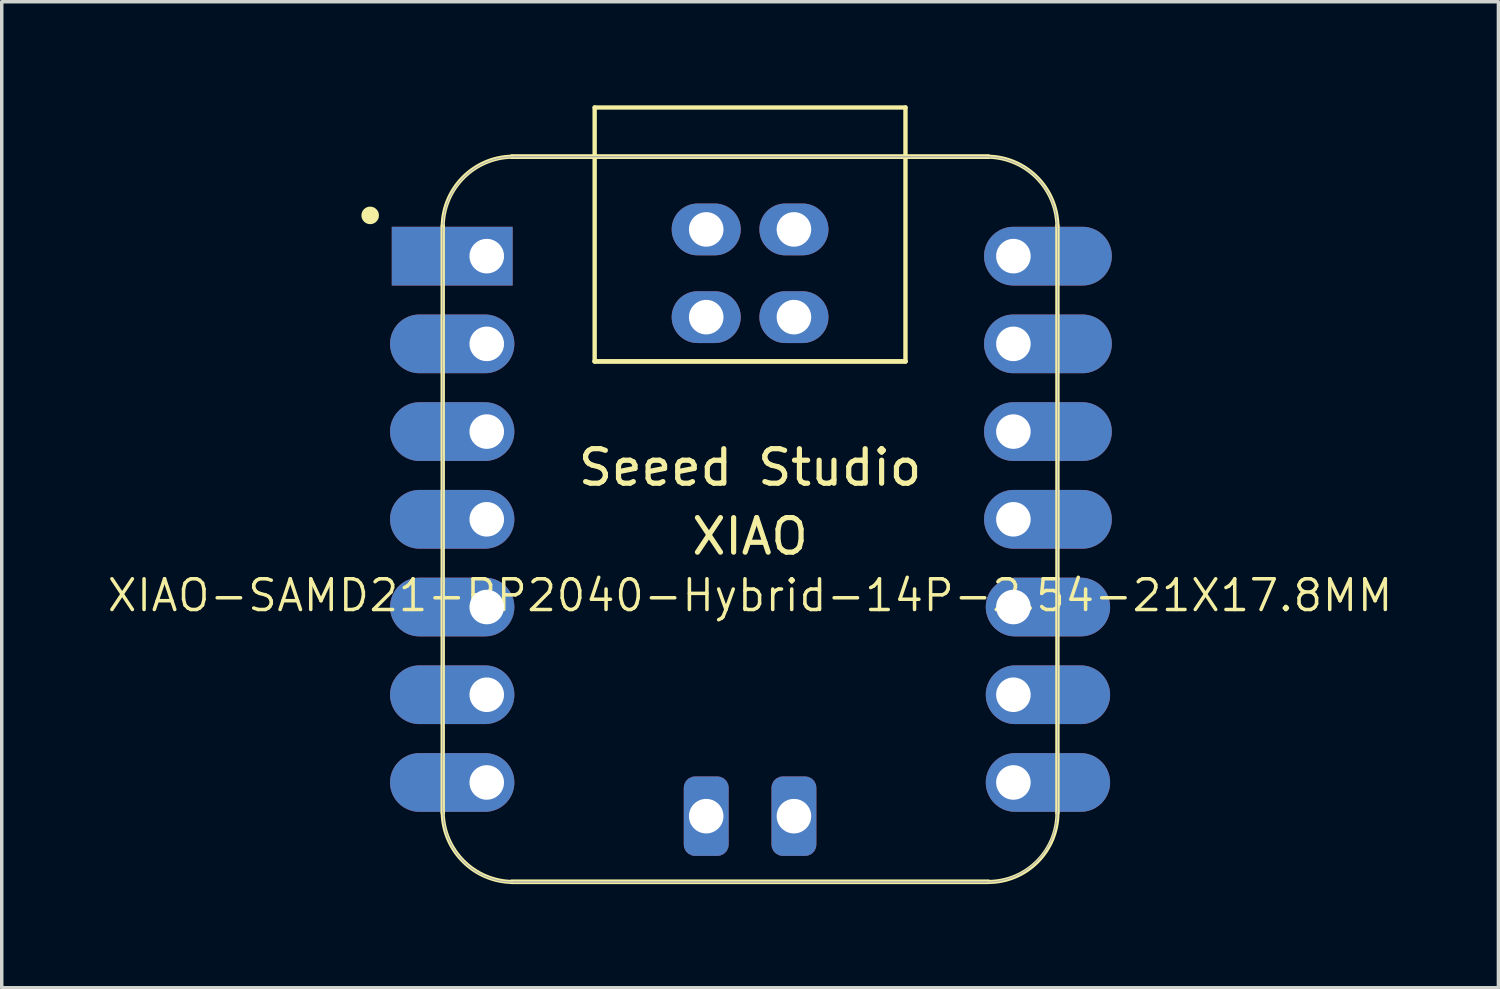
<source format=kicad_pcb>
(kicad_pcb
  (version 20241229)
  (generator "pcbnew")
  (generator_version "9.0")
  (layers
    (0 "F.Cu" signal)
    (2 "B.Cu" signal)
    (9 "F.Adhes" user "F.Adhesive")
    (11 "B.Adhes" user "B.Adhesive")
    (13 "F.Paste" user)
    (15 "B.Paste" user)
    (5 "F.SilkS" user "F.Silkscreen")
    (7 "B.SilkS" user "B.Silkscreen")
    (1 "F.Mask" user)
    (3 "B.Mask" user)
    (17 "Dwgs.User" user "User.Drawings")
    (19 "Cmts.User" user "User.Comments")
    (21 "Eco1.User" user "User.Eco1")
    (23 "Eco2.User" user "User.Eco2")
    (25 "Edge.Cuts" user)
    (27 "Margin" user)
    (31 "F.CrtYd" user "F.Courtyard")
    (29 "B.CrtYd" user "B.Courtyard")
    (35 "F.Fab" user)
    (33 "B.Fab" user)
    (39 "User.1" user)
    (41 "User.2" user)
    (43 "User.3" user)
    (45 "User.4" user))
  (footprint "XIAO-SAMD21-RP2040-Hybrid-14P-2.54-21X17.8MM"
    (layer "F.Cu")
    (at 18.669 11.652)
    (property "Reference" "XIAO-SAMD21-RP2040-Hybrid-14P-2.54-21X17.8MM" (at 0 2.54 0) (layer "F.SilkS") (effects (font (size 0.889 0.889) (thickness 0.102))))
    (attr smd)
    (fp_line (start -8.9 -8.165) (end -8.9 8.835) (stroke (width 0.127) (type solid)) (layer "F.SilkS"))
    (fp_line (start -6.9 10.831) (end 6.9 10.831) (stroke (width 0.127) (type solid)) (layer "F.SilkS"))
    (fp_line (start -6.9 10.835) (end 6.9 10.835) (stroke (width 0.127) (type solid)) (layer "F.SilkS"))
    (fp_line (start -4.5 -11.589) (end 4.5 -11.589) (stroke (width 0.127) (type solid)) (layer "F.SilkS"))
    (fp_line (start -4.5 -4.235) (end -4.5 -11.589) (stroke (width 0.127) (type solid)) (layer "F.SilkS"))
    (fp_line (start 4.5 -11.589) (end 4.5 -4.235) (stroke (width 0.127) (type solid)) (layer "F.SilkS"))
    (fp_line (start 4.5 -4.24) (end -4.5 -4.24) (stroke (width 0.127) (type solid)) (layer "F.SilkS"))
    (fp_line (start 4.5 -4.235) (end -4.5 -4.235) (stroke (width 0.127) (type solid)) (layer "F.SilkS"))
    (fp_line (start 6.9 -10.168) (end -6.9 -10.168) (stroke (width 0.127) (type solid)) (layer "F.SilkS"))
    (fp_line (start 6.9 -10.164) (end -6.9 -10.164) (stroke (width 0.127) (type solid)) (layer "F.SilkS"))
    (fp_line (start 8.9 8.835) (end 8.9 -8.165) (stroke (width 0.127) (type solid)) (layer "F.SilkS"))
    (fp_arc (start -8.9 -8.164594) (mid -8.301491 -9.566085) (end -6.9 -10.164594) (stroke (width 0.12) (type solid)) (layer "F.SilkS"))
    (fp_arc (start -6.9 10.835406) (mid -8.301423 10.236829) (end -8.9 8.835406) (stroke (width 0.12) (type solid)) (layer "F.SilkS"))
    (fp_arc (start 6.9 -10.164594) (mid 8.301492 -9.566088) (end 8.9 -8.164594) (stroke (width 0.12) (type solid)) (layer "F.SilkS"))
    (fp_arc (start 8.9 8.835406) (mid 8.314215 10.249622) (end 6.9 10.835406) (stroke (width 0.12) (type solid)) (layer "F.SilkS"))
    (fp_circle (center -11 -8.465) (end -11 -8.719) (stroke (width 0) (type solid)) (fill yes) (layer "F.SilkS"))
    (fp_poly (pts (xy -8.888 -8.226) (xy -8.885 -8.275) (xy -8.881 -8.324)) (stroke (width 0.025) (type solid)) (fill no) (layer "F.SilkS"))
    (fp_poly (pts (xy 8.889 8.857) (xy 8.888 8.906) (xy 8.885 8.955) (xy 8.881 9.004) (xy 8.875 9.053) (xy 8.869 9.102) (xy 8.861 9.15) (xy 8.852 9.198) (xy 8.842 9.246)) (stroke (width 0.025) (type solid)) (fill no) (layer "F.SilkS"))
    (fp_line (start -8.9 -8.128) (end -8.9 8.808) (stroke (width 0.025) (type solid)) (layer "F.Fab"))
    (fp_line (start -8.89 8.808) (end -8.889 8.857) (stroke (width 0.025) (type solid)) (layer "F.Fab"))
    (fp_line (start -8.889 8.857) (end -8.888 8.906) (stroke (width 0.025) (type solid)) (layer "F.Fab"))
    (fp_line (start -8.888 -8.226) (end -8.889 -8.177) (stroke (width 0.025) (type solid)) (layer "F.Fab"))
    (fp_line (start -8.888 8.906) (end -8.885 8.955) (stroke (width 0.025) (type solid)) (layer "F.Fab"))
    (fp_line (start -8.885 -8.275) (end -8.888 -8.226) (stroke (width 0.025) (type solid)) (layer "F.Fab"))
    (fp_line (start -8.885 8.955) (end -8.881 9.004) (stroke (width 0.025) (type solid)) (layer "F.Fab"))
    (fp_line (start -8.881 -8.324) (end -8.885 -8.275) (stroke (width 0.025) (type solid)) (layer "F.Fab"))
    (fp_line (start -8.881 9.004) (end -8.875 9.053) (stroke (width 0.025) (type solid)) (layer "F.Fab"))
    (fp_line (start -8.875 -8.373) (end -8.881 -8.324) (stroke (width 0.025) (type solid)) (layer "F.Fab"))
    (fp_line (start -8.875 9.053) (end -8.869 9.102) (stroke (width 0.025) (type solid)) (layer "F.Fab"))
    (fp_line (start -8.869 -8.422) (end -8.875 -8.373) (stroke (width 0.025) (type solid)) (layer "F.Fab"))
    (fp_line (start -8.869 9.102) (end -8.861 9.15) (stroke (width 0.025) (type solid)) (layer "F.Fab"))
    (fp_line (start -8.861 -8.47) (end -8.869 -8.422) (stroke (width 0.025) (type solid)) (layer "F.Fab"))
    (fp_line (start -8.861 9.15) (end -8.852 9.198) (stroke (width 0.025) (type solid)) (layer "F.Fab"))
    (fp_line (start -8.852 -8.518) (end -8.861 -8.47) (stroke (width 0.025) (type solid)) (layer "F.Fab"))
    (fp_line (start -8.852 9.198) (end -8.842 9.246) (stroke (width 0.025) (type solid)) (layer "F.Fab"))
    (fp_line (start -8.842 -8.566) (end -8.852 -8.518) (stroke (width 0.025) (type solid)) (layer "F.Fab"))
    (fp_line (start -8.842 9.246) (end -8.831 9.294) (stroke (width 0.025) (type solid)) (layer "F.Fab"))
    (fp_line (start -8.831 -8.614) (end -8.842 -8.566) (stroke (width 0.025) (type solid)) (layer "F.Fab"))
    (fp_line (start -8.831 9.294) (end -8.819 9.342) (stroke (width 0.025) (type solid)) (layer "F.Fab"))
    (fp_line (start -8.819 -8.662) (end -8.831 -8.614) (stroke (width 0.025) (type solid)) (layer "F.Fab"))
    (fp_line (start -8.819 9.342) (end -8.805 9.389) (stroke (width 0.025) (type solid)) (layer "F.Fab"))
    (fp_line (start -8.805 -8.709) (end -8.819 -8.662) (stroke (width 0.025) (type solid)) (layer "F.Fab"))
    (fp_line (start -8.805 9.389) (end -8.79 9.436) (stroke (width 0.025) (type solid)) (layer "F.Fab"))
    (fp_line (start -8.79 -8.756) (end -8.805 -8.709) (stroke (width 0.025) (type solid)) (layer "F.Fab"))
    (fp_line (start -8.79 9.436) (end -8.775 9.482) (stroke (width 0.025) (type solid)) (layer "F.Fab"))
    (fp_line (start -8.775 -8.802) (end -8.79 -8.756) (stroke (width 0.025) (type solid)) (layer "F.Fab"))
    (fp_line (start -8.775 9.482) (end -8.758 9.529) (stroke (width 0.025) (type solid)) (layer "F.Fab"))
    (fp_line (start -8.758 -8.849) (end -8.775 -8.802) (stroke (width 0.025) (type solid)) (layer "F.Fab"))
    (fp_line (start -8.758 9.529) (end -8.74 9.574) (stroke (width 0.025) (type solid)) (layer "F.Fab"))
    (fp_line (start -8.74 -8.894) (end -8.758 -8.849) (stroke (width 0.025) (type solid)) (layer "F.Fab"))
    (fp_line (start -8.74 9.574) (end -8.721 9.619) (stroke (width 0.025) (type solid)) (layer "F.Fab"))
    (fp_line (start -8.721 -8.94) (end -8.74 -8.894) (stroke (width 0.025) (type solid)) (layer "F.Fab"))
    (fp_line (start -8.721 9.619) (end -8.701 9.664) (stroke (width 0.025) (type solid)) (layer "F.Fab"))
    (fp_line (start -8.701 -8.984) (end -8.721 -8.94) (stroke (width 0.025) (type solid)) (layer "F.Fab"))
    (fp_line (start -8.701 9.664) (end -8.679 9.709) (stroke (width 0.025) (type solid)) (layer "F.Fab"))
    (fp_line (start -8.679 -9.029) (end -8.701 -8.984) (stroke (width 0.025) (type solid)) (layer "F.Fab"))
    (fp_line (start -8.679 9.709) (end -8.657 9.752) (stroke (width 0.025) (type solid)) (layer "F.Fab"))
    (fp_line (start -8.657 -9.072) (end -8.679 -9.029) (stroke (width 0.025) (type solid)) (layer "F.Fab"))
    (fp_line (start -8.657 9.752) (end -8.634 9.796) (stroke (width 0.025) (type solid)) (layer "F.Fab"))
    (fp_line (start -8.634 -9.116) (end -8.657 -9.072) (stroke (width 0.025) (type solid)) (layer "F.Fab"))
    (fp_line (start -8.634 9.796) (end -8.61 9.838) (stroke (width 0.025) (type solid)) (layer "F.Fab"))
    (fp_line (start -8.61 -9.158) (end -8.634 -9.116) (stroke (width 0.025) (type solid)) (layer "F.Fab"))
    (fp_line (start -8.61 9.838) (end -8.584 9.88) (stroke (width 0.025) (type solid)) (layer "F.Fab"))
    (fp_line (start -8.584 -9.2) (end -8.61 -9.158) (stroke (width 0.025) (type solid)) (layer "F.Fab"))
    (fp_line (start -8.584 9.88) (end -8.558 9.921) (stroke (width 0.025) (type solid)) (layer "F.Fab"))
    (fp_line (start -8.558 -9.242) (end -8.584 -9.2) (stroke (width 0.025) (type solid)) (layer "F.Fab"))
    (fp_line (start -8.558 9.921) (end -8.53 9.962) (stroke (width 0.025) (type solid)) (layer "F.Fab"))
    (fp_line (start -8.53 -9.282) (end -8.558 -9.242) (stroke (width 0.025) (type solid)) (layer "F.Fab"))
    (fp_line (start -8.53 9.962) (end -8.502 10.002) (stroke (width 0.025) (type solid)) (layer "F.Fab"))
    (fp_line (start -8.502 -9.322) (end -8.53 -9.282) (stroke (width 0.025) (type solid)) (layer "F.Fab"))
    (fp_line (start -8.502 10.002) (end -8.473 10.042) (stroke (width 0.025) (type solid)) (layer "F.Fab"))
    (fp_line (start -8.473 -9.362) (end -8.502 -9.322) (stroke (width 0.025) (type solid)) (layer "F.Fab"))
    (fp_line (start -8.473 10.042) (end -8.442 10.08) (stroke (width 0.025) (type solid)) (layer "F.Fab"))
    (fp_line (start -8.442 -9.4) (end -8.473 -9.362) (stroke (width 0.025) (type solid)) (layer "F.Fab"))
    (fp_line (start -8.442 10.08) (end -8.411 10.118) (stroke (width 0.025) (type solid)) (layer "F.Fab"))
    (fp_line (start -8.411 -9.438) (end -8.442 -9.4) (stroke (width 0.025) (type solid)) (layer "F.Fab"))
    (fp_line (start -8.411 10.118) (end -8.379 10.155) (stroke (width 0.025) (type solid)) (layer "F.Fab"))
    (fp_line (start -8.379 -9.475) (end -8.411 -9.438) (stroke (width 0.025) (type solid)) (layer "F.Fab"))
    (fp_line (start -8.379 10.155) (end -8.346 10.192) (stroke (width 0.025) (type solid)) (layer "F.Fab"))
    (fp_line (start -8.346 -9.512) (end -8.379 -9.475) (stroke (width 0.025) (type solid)) (layer "F.Fab"))
    (fp_line (start -8.346 10.192) (end -8.312 10.227) (stroke (width 0.025) (type solid)) (layer "F.Fab"))
    (fp_line (start -8.312 -9.547) (end -8.346 -9.512) (stroke (width 0.025) (type solid)) (layer "F.Fab"))
    (fp_line (start -8.312 10.227) (end -8.277 10.262) (stroke (width 0.025) (type solid)) (layer "F.Fab"))
    (fp_line (start -8.277 -9.582) (end -8.312 -9.547) (stroke (width 0.025) (type solid)) (layer "F.Fab"))
    (fp_line (start -8.277 10.262) (end -8.242 10.296) (stroke (width 0.025) (type solid)) (layer "F.Fab"))
    (fp_line (start -8.242 -9.616) (end -8.277 -9.582) (stroke (width 0.025) (type solid)) (layer "F.Fab"))
    (fp_line (start -8.242 10.296) (end -8.205 10.329) (stroke (width 0.025) (type solid)) (layer "F.Fab"))
    (fp_line (start -8.205 -9.649) (end -8.242 -9.616) (stroke (width 0.025) (type solid)) (layer "F.Fab"))
    (fp_line (start -8.205 10.329) (end -8.168 10.361) (stroke (width 0.025) (type solid)) (layer "F.Fab"))
    (fp_line (start -8.168 -9.681) (end -8.205 -9.649) (stroke (width 0.025) (type solid)) (layer "F.Fab"))
    (fp_line (start -8.168 10.361) (end -8.13 10.392) (stroke (width 0.025) (type solid)) (layer "F.Fab"))
    (fp_line (start -8.13 -9.712) (end -8.168 -9.681) (stroke (width 0.025) (type solid)) (layer "F.Fab"))
    (fp_line (start -8.13 10.392) (end -8.092 10.423) (stroke (width 0.025) (type solid)) (layer "F.Fab"))
    (fp_line (start -8.092 -9.743) (end -8.13 -9.712) (stroke (width 0.025) (type solid)) (layer "F.Fab"))
    (fp_line (start -8.092 10.423) (end -8.052 10.452) (stroke (width 0.025) (type solid)) (layer "F.Fab"))
    (fp_line (start -8.052 -9.772) (end -8.092 -9.743) (stroke (width 0.025) (type solid)) (layer "F.Fab"))
    (fp_line (start -8.052 10.452) (end -8.012 10.48) (stroke (width 0.025) (type solid)) (layer "F.Fab"))
    (fp_line (start -8.012 -9.8) (end -8.052 -9.772) (stroke (width 0.025) (type solid)) (layer "F.Fab"))
    (fp_line (start -8.012 10.48) (end -7.972 10.508) (stroke (width 0.025) (type solid)) (layer "F.Fab"))
    (fp_line (start -7.972 -9.828) (end -8.012 -9.8) (stroke (width 0.025) (type solid)) (layer "F.Fab"))
    (fp_line (start -7.972 10.508) (end -7.93 10.534) (stroke (width 0.025) (type solid)) (layer "F.Fab"))
    (fp_line (start -7.93 -9.854) (end -7.972 -9.828) (stroke (width 0.025) (type solid)) (layer "F.Fab"))
    (fp_line (start -7.93 10.534) (end -7.888 10.56) (stroke (width 0.025) (type solid)) (layer "F.Fab"))
    (fp_line (start -7.888 -9.88) (end -7.93 -9.854) (stroke (width 0.025) (type solid)) (layer "F.Fab"))
    (fp_line (start -7.888 10.56) (end -7.846 10.584) (stroke (width 0.025) (type solid)) (layer "F.Fab"))
    (fp_line (start -7.846 -9.904) (end -7.888 -9.88) (stroke (width 0.025) (type solid)) (layer "F.Fab"))
    (fp_line (start -7.846 10.584) (end -7.802 10.607) (stroke (width 0.025) (type solid)) (layer "F.Fab"))
    (fp_line (start -7.802 -9.927) (end -7.846 -9.904) (stroke (width 0.025) (type solid)) (layer "F.Fab"))
    (fp_line (start -7.802 10.607) (end -7.759 10.629) (stroke (width 0.025) (type solid)) (layer "F.Fab"))
    (fp_line (start -7.759 -9.949) (end -7.802 -9.927) (stroke (width 0.025) (type solid)) (layer "F.Fab"))
    (fp_line (start -7.759 10.629) (end -7.714 10.651) (stroke (width 0.025) (type solid)) (layer "F.Fab"))
    (fp_line (start -7.714 -9.971) (end -7.759 -9.949) (stroke (width 0.025) (type solid)) (layer "F.Fab"))
    (fp_line (start -7.714 10.651) (end -7.67 10.671) (stroke (width 0.025) (type solid)) (layer "F.Fab"))
    (fp_line (start -7.67 -9.991) (end -7.714 -9.971) (stroke (width 0.025) (type solid)) (layer "F.Fab"))
    (fp_line (start -7.67 10.671) (end -7.624 10.69) (stroke (width 0.025) (type solid)) (layer "F.Fab"))
    (fp_line (start -7.624 -10.01) (end -7.67 -9.991) (stroke (width 0.025) (type solid)) (layer "F.Fab"))
    (fp_line (start -7.624 10.69) (end -7.579 10.708) (stroke (width 0.025) (type solid)) (layer "F.Fab"))
    (fp_line (start -7.579 -10.028) (end -7.624 -10.01) (stroke (width 0.025) (type solid)) (layer "F.Fab"))
    (fp_line (start -7.579 10.708) (end -7.532 10.725) (stroke (width 0.025) (type solid)) (layer "F.Fab"))
    (fp_line (start -7.532 -10.045) (end -7.579 -10.028) (stroke (width 0.025) (type solid)) (layer "F.Fab"))
    (fp_line (start -7.532 10.725) (end -7.486 10.74) (stroke (width 0.025) (type solid)) (layer "F.Fab"))
    (fp_line (start -7.486 -10.06) (end -7.532 -10.045) (stroke (width 0.025) (type solid)) (layer "F.Fab"))
    (fp_line (start -7.486 10.74) (end -7.439 10.755) (stroke (width 0.025) (type solid)) (layer "F.Fab"))
    (fp_line (start -7.439 -10.075) (end -7.486 -10.06) (stroke (width 0.025) (type solid)) (layer "F.Fab"))
    (fp_line (start -7.439 10.755) (end -7.392 10.769) (stroke (width 0.025) (type solid)) (layer "F.Fab"))
    (fp_line (start -7.392 -10.089) (end -7.439 -10.075) (stroke (width 0.025) (type solid)) (layer "F.Fab"))
    (fp_line (start -7.392 10.769) (end -7.344 10.781) (stroke (width 0.025) (type solid)) (layer "F.Fab"))
    (fp_line (start -7.344 -10.101) (end -7.392 -10.089) (stroke (width 0.025) (type solid)) (layer "F.Fab"))
    (fp_line (start -7.344 10.781) (end -7.296 10.792) (stroke (width 0.025) (type solid)) (layer "F.Fab"))
    (fp_line (start -7.296 -10.112) (end -7.344 -10.101) (stroke (width 0.025) (type solid)) (layer "F.Fab"))
    (fp_line (start -7.296 10.792) (end -7.248 10.802) (stroke (width 0.025) (type solid)) (layer "F.Fab"))
    (fp_line (start -7.248 -10.122) (end -7.296 -10.112) (stroke (width 0.025) (type solid)) (layer "F.Fab"))
    (fp_line (start -7.248 10.802) (end -7.2 10.811) (stroke (width 0.025) (type solid)) (layer "F.Fab"))
    (fp_line (start -7.2 -10.131) (end -7.248 -10.122) (stroke (width 0.025) (type solid)) (layer "F.Fab"))
    (fp_line (start -7.2 10.811) (end -7.152 10.819) (stroke (width 0.025) (type solid)) (layer "F.Fab"))
    (fp_line (start -7.152 -10.139) (end -7.2 -10.131) (stroke (width 0.025) (type solid)) (layer "F.Fab"))
    (fp_line (start -7.152 10.819) (end -7.103 10.825) (stroke (width 0.025) (type solid)) (layer "F.Fab"))
    (fp_line (start -7.103 -10.145) (end -7.152 -10.139) (stroke (width 0.025) (type solid)) (layer "F.Fab"))
    (fp_line (start -7.103 10.825) (end -7.054 10.831) (stroke (width 0.025) (type solid)) (layer "F.Fab"))
    (fp_line (start -7.054 -10.151) (end -7.103 -10.145) (stroke (width 0.025) (type solid)) (layer "F.Fab"))
    (fp_line (start -7.054 10.831) (end -7.005 10.835) (stroke (width 0.025) (type solid)) (layer "F.Fab"))
    (fp_line (start -7.005 -10.155) (end -7.054 -10.151) (stroke (width 0.025) (type solid)) (layer "F.Fab"))
    (fp_line (start -7.005 10.835) (end -6.956 10.838) (stroke (width 0.025) (type solid)) (layer "F.Fab"))
    (fp_line (start -6.956 -10.158) (end -7.005 -10.155) (stroke (width 0.025) (type solid)) (layer "F.Fab"))
    (fp_line (start -6.956 10.838) (end -6.907 10.839) (stroke (width 0.025) (type solid)) (layer "F.Fab"))
    (fp_line (start -6.907 -10.159) (end -6.956 -10.158) (stroke (width 0.025) (type solid)) (layer "F.Fab"))
    (fp_line (start -6.907 10.839) (end -6.858 10.84) (stroke (width 0.025) (type solid)) (layer "F.Fab"))
    (fp_line (start -6.858 -10.16) (end -6.907 -10.159) (stroke (width 0.025) (type solid)) (layer "F.Fab"))
    (fp_line (start -6.858 10.835) (end 6.858 10.835) (stroke (width 0.025) (type solid)) (layer "F.Fab"))
    (fp_line (start -6.858 10.84) (end 6.858 10.84) (stroke (width 0.025) (type solid)) (layer "F.Fab"))
    (fp_line (start 6.858 -10.165) (end -6.858 -10.165) (stroke (width 0.025) (type solid)) (layer "F.Fab"))
    (fp_line (start 6.858 -10.16) (end -6.858 -10.16) (stroke (width 0.025) (type solid)) (layer "F.Fab"))
    (fp_line (start 6.858 10.84) (end 6.907 10.839) (stroke (width 0.025) (type solid)) (layer "F.Fab"))
    (fp_line (start 6.907 -10.159) (end 6.858 -10.16) (stroke (width 0.025) (type solid)) (layer "F.Fab"))
    (fp_line (start 6.907 10.839) (end 6.956 10.838) (stroke (width 0.025) (type solid)) (layer "F.Fab"))
    (fp_line (start 6.956 -10.158) (end 6.907 -10.159) (stroke (width 0.025) (type solid)) (layer "F.Fab"))
    (fp_line (start 6.956 10.838) (end 7.005 10.835) (stroke (width 0.025) (type solid)) (layer "F.Fab"))
    (fp_line (start 7.005 -10.155) (end 6.956 -10.158) (stroke (width 0.025) (type solid)) (layer "F.Fab"))
    (fp_line (start 7.005 10.835) (end 7.054 10.831) (stroke (width 0.025) (type solid)) (layer "F.Fab"))
    (fp_line (start 7.054 -10.151) (end 7.005 -10.155) (stroke (width 0.025) (type solid)) (layer "F.Fab"))
    (fp_line (start 7.054 10.831) (end 7.103 10.825) (stroke (width 0.025) (type solid)) (layer "F.Fab"))
    (fp_line (start 7.103 -10.145) (end 7.054 -10.151) (stroke (width 0.025) (type solid)) (layer "F.Fab"))
    (fp_line (start 7.103 10.825) (end 7.152 10.819) (stroke (width 0.025) (type solid)) (layer "F.Fab"))
    (fp_line (start 7.152 -10.139) (end 7.103 -10.145) (stroke (width 0.025) (type solid)) (layer "F.Fab"))
    (fp_line (start 7.152 10.819) (end 7.2 10.811) (stroke (width 0.025) (type solid)) (layer "F.Fab"))
    (fp_line (start 7.2 -10.131) (end 7.152 -10.139) (stroke (width 0.025) (type solid)) (layer "F.Fab"))
    (fp_line (start 7.2 10.811) (end 7.248 10.802) (stroke (width 0.025) (type solid)) (layer "F.Fab"))
    (fp_line (start 7.248 -10.122) (end 7.2 -10.131) (stroke (width 0.025) (type solid)) (layer "F.Fab"))
    (fp_line (start 7.248 10.802) (end 7.296 10.792) (stroke (width 0.025) (type solid)) (layer "F.Fab"))
    (fp_line (start 7.296 -10.112) (end 7.248 -10.122) (stroke (width 0.025) (type solid)) (layer "F.Fab"))
    (fp_line (start 7.296 10.792) (end 7.344 10.781) (stroke (width 0.025) (type solid)) (layer "F.Fab"))
    (fp_line (start 7.344 -10.101) (end 7.296 -10.112) (stroke (width 0.025) (type solid)) (layer "F.Fab"))
    (fp_line (start 7.344 10.781) (end 7.392 10.769) (stroke (width 0.025) (type solid)) (layer "F.Fab"))
    (fp_line (start 7.392 -10.089) (end 7.344 -10.101) (stroke (width 0.025) (type solid)) (layer "F.Fab"))
    (fp_line (start 7.392 10.769) (end 7.439 10.755) (stroke (width 0.025) (type solid)) (layer "F.Fab"))
    (fp_line (start 7.439 -10.075) (end 7.392 -10.089) (stroke (width 0.025) (type solid)) (layer "F.Fab"))
    (fp_line (start 7.439 10.755) (end 7.486 10.74) (stroke (width 0.025) (type solid)) (layer "F.Fab"))
    (fp_line (start 7.486 -10.06) (end 7.439 -10.075) (stroke (width 0.025) (type solid)) (layer "F.Fab"))
    (fp_line (start 7.486 10.74) (end 7.532 10.725) (stroke (width 0.025) (type solid)) (layer "F.Fab"))
    (fp_line (start 7.532 -10.045) (end 7.486 -10.06) (stroke (width 0.025) (type solid)) (layer "F.Fab"))
    (fp_line (start 7.532 10.725) (end 7.579 10.708) (stroke (width 0.025) (type solid)) (layer "F.Fab"))
    (fp_line (start 7.579 -10.028) (end 7.532 -10.045) (stroke (width 0.025) (type solid)) (layer "F.Fab"))
    (fp_line (start 7.579 10.708) (end 7.624 10.69) (stroke (width 0.025) (type solid)) (layer "F.Fab"))
    (fp_line (start 7.624 -10.01) (end 7.579 -10.028) (stroke (width 0.025) (type solid)) (layer "F.Fab"))
    (fp_line (start 7.624 10.69) (end 7.67 10.671) (stroke (width 0.025) (type solid)) (layer "F.Fab"))
    (fp_line (start 7.67 -9.991) (end 7.624 -10.01) (stroke (width 0.025) (type solid)) (layer "F.Fab"))
    (fp_line (start 7.67 10.671) (end 7.714 10.651) (stroke (width 0.025) (type solid)) (layer "F.Fab"))
    (fp_line (start 7.714 -9.971) (end 7.67 -9.991) (stroke (width 0.025) (type solid)) (layer "F.Fab"))
    (fp_line (start 7.714 10.651) (end 7.759 10.629) (stroke (width 0.025) (type solid)) (layer "F.Fab"))
    (fp_line (start 7.759 -9.949) (end 7.714 -9.971) (stroke (width 0.025) (type solid)) (layer "F.Fab"))
    (fp_line (start 7.759 10.629) (end 7.802 10.607) (stroke (width 0.025) (type solid)) (layer "F.Fab"))
    (fp_line (start 7.802 -9.927) (end 7.759 -9.949) (stroke (width 0.025) (type solid)) (layer "F.Fab"))
    (fp_line (start 7.802 10.607) (end 7.846 10.584) (stroke (width 0.025) (type solid)) (layer "F.Fab"))
    (fp_line (start 7.846 -9.904) (end 7.802 -9.927) (stroke (width 0.025) (type solid)) (layer "F.Fab"))
    (fp_line (start 7.846 10.584) (end 7.888 10.56) (stroke (width 0.025) (type solid)) (layer "F.Fab"))
    (fp_line (start 7.888 -9.88) (end 7.846 -9.904) (stroke (width 0.025) (type solid)) (layer "F.Fab"))
    (fp_line (start 7.888 10.56) (end 7.93 10.534) (stroke (width 0.025) (type solid)) (layer "F.Fab"))
    (fp_line (start 7.93 -9.854) (end 7.888 -9.88) (stroke (width 0.025) (type solid)) (layer "F.Fab"))
    (fp_line (start 7.93 10.534) (end 7.972 10.508) (stroke (width 0.025) (type solid)) (layer "F.Fab"))
    (fp_line (start 7.972 -9.828) (end 7.93 -9.854) (stroke (width 0.025) (type solid)) (layer "F.Fab"))
    (fp_line (start 7.972 10.508) (end 8.012 10.48) (stroke (width 0.025) (type solid)) (layer "F.Fab"))
    (fp_line (start 8.012 -9.8) (end 7.972 -9.828) (stroke (width 0.025) (type solid)) (layer "F.Fab"))
    (fp_line (start 8.012 10.48) (end 8.052 10.452) (stroke (width 0.025) (type solid)) (layer "F.Fab"))
    (fp_line (start 8.052 -9.772) (end 8.012 -9.8) (stroke (width 0.025) (type solid)) (layer "F.Fab"))
    (fp_line (start 8.052 10.452) (end 8.092 10.423) (stroke (width 0.025) (type solid)) (layer "F.Fab"))
    (fp_line (start 8.092 -9.743) (end 8.052 -9.772) (stroke (width 0.025) (type solid)) (layer "F.Fab"))
    (fp_line (start 8.092 10.423) (end 8.13 10.392) (stroke (width 0.025) (type solid)) (layer "F.Fab"))
    (fp_line (start 8.13 -9.712) (end 8.092 -9.743) (stroke (width 0.025) (type solid)) (layer "F.Fab"))
    (fp_line (start 8.13 10.392) (end 8.168 10.361) (stroke (width 0.025) (type solid)) (layer "F.Fab"))
    (fp_line (start 8.168 -9.681) (end 8.13 -9.712) (stroke (width 0.025) (type solid)) (layer "F.Fab"))
    (fp_line (start 8.168 10.361) (end 8.205 10.329) (stroke (width 0.025) (type solid)) (layer "F.Fab"))
    (fp_line (start 8.205 -9.649) (end 8.168 -9.681) (stroke (width 0.025) (type solid)) (layer "F.Fab"))
    (fp_line (start 8.205 10.329) (end 8.242 10.296) (stroke (width 0.025) (type solid)) (layer "F.Fab"))
    (fp_line (start 8.242 -9.616) (end 8.205 -9.649) (stroke (width 0.025) (type solid)) (layer "F.Fab"))
    (fp_line (start 8.242 10.296) (end 8.277 10.262) (stroke (width 0.025) (type solid)) (layer "F.Fab"))
    (fp_line (start 8.277 -9.582) (end 8.242 -9.616) (stroke (width 0.025) (type solid)) (layer "F.Fab"))
    (fp_line (start 8.277 10.262) (end 8.312 10.227) (stroke (width 0.025) (type solid)) (layer "F.Fab"))
    (fp_line (start 8.312 -9.547) (end 8.277 -9.582) (stroke (width 0.025) (type solid)) (layer "F.Fab"))
    (fp_line (start 8.312 10.227) (end 8.346 10.192) (stroke (width 0.025) (type solid)) (layer "F.Fab"))
    (fp_line (start 8.346 -9.512) (end 8.312 -9.547) (stroke (width 0.025) (type solid)) (layer "F.Fab"))
    (fp_line (start 8.346 10.192) (end 8.379 10.155) (stroke (width 0.025) (type solid)) (layer "F.Fab"))
    (fp_line (start 8.379 -9.475) (end 8.346 -9.512) (stroke (width 0.025) (type solid)) (layer "F.Fab"))
    (fp_line (start 8.379 10.155) (end 8.411 10.118) (stroke (width 0.025) (type solid)) (layer "F.Fab"))
    (fp_line (start 8.411 -9.438) (end 8.379 -9.475) (stroke (width 0.025) (type solid)) (layer "F.Fab"))
    (fp_line (start 8.411 10.118) (end 8.442 10.08) (stroke (width 0.025) (type solid)) (layer "F.Fab"))
    (fp_line (start 8.442 -9.4) (end 8.411 -9.438) (stroke (width 0.025) (type solid)) (layer "F.Fab"))
    (fp_line (start 8.442 10.08) (end 8.473 10.042) (stroke (width 0.025) (type solid)) (layer "F.Fab"))
    (fp_line (start 8.473 -9.362) (end 8.442 -9.4) (stroke (width 0.025) (type solid)) (layer "F.Fab"))
    (fp_line (start 8.473 10.042) (end 8.502 10.002) (stroke (width 0.025) (type solid)) (layer "F.Fab"))
    (fp_line (start 8.502 -9.322) (end 8.473 -9.362) (stroke (width 0.025) (type solid)) (layer "F.Fab"))
    (fp_line (start 8.502 10.002) (end 8.53 9.962) (stroke (width 0.025) (type solid)) (layer "F.Fab"))
    (fp_line (start 8.53 -9.282) (end 8.502 -9.322) (stroke (width 0.025) (type solid)) (layer "F.Fab"))
    (fp_line (start 8.53 9.962) (end 8.558 9.921) (stroke (width 0.025) (type solid)) (layer "F.Fab"))
    (fp_line (start 8.558 -9.242) (end 8.53 -9.282) (stroke (width 0.025) (type solid)) (layer "F.Fab"))
    (fp_line (start 8.558 9.921) (end 8.584 9.88) (stroke (width 0.025) (type solid)) (layer "F.Fab"))
    (fp_line (start 8.584 -9.2) (end 8.558 -9.242) (stroke (width 0.025) (type solid)) (layer "F.Fab"))
    (fp_line (start 8.584 9.88) (end 8.61 9.838) (stroke (width 0.025) (type solid)) (layer "F.Fab"))
    (fp_line (start 8.61 -9.158) (end 8.584 -9.2) (stroke (width 0.025) (type solid)) (layer "F.Fab"))
    (fp_line (start 8.61 9.838) (end 8.634 9.796) (stroke (width 0.025) (type solid)) (layer "F.Fab"))
    (fp_line (start 8.634 -9.116) (end 8.61 -9.158) (stroke (width 0.025) (type solid)) (layer "F.Fab"))
    (fp_line (start 8.634 9.796) (end 8.657 9.752) (stroke (width 0.025) (type solid)) (layer "F.Fab"))
    (fp_line (start 8.657 -9.072) (end 8.634 -9.116) (stroke (width 0.025) (type solid)) (layer "F.Fab"))
    (fp_line (start 8.657 9.752) (end 8.679 9.709) (stroke (width 0.025) (type solid)) (layer "F.Fab"))
    (fp_line (start 8.679 -9.029) (end 8.657 -9.072) (stroke (width 0.025) (type solid)) (layer "F.Fab"))
    (fp_line (start 8.679 9.709) (end 8.701 9.664) (stroke (width 0.025) (type solid)) (layer "F.Fab"))
    (fp_line (start 8.701 -8.984) (end 8.679 -9.029) (stroke (width 0.025) (type solid)) (layer "F.Fab"))
    (fp_line (start 8.701 9.664) (end 8.721 9.619) (stroke (width 0.025) (type solid)) (layer "F.Fab"))
    (fp_line (start 8.721 -8.94) (end 8.701 -8.984) (stroke (width 0.025) (type solid)) (layer "F.Fab"))
    (fp_line (start 8.721 9.619) (end 8.74 9.574) (stroke (width 0.025) (type solid)) (layer "F.Fab"))
    (fp_line (start 8.74 -8.894) (end 8.721 -8.94) (stroke (width 0.025) (type solid)) (layer "F.Fab"))
    (fp_line (start 8.74 9.574) (end 8.758 9.529) (stroke (width 0.025) (type solid)) (layer "F.Fab"))
    (fp_line (start 8.758 -8.849) (end 8.74 -8.894) (stroke (width 0.025) (type solid)) (layer "F.Fab"))
    (fp_line (start 8.758 9.529) (end 8.775 9.482) (stroke (width 0.025) (type solid)) (layer "F.Fab"))
    (fp_line (start 8.775 -8.802) (end 8.758 -8.849) (stroke (width 0.025) (type solid)) (layer "F.Fab"))
    (fp_line (start 8.775 9.482) (end 8.79 9.436) (stroke (width 0.025) (type solid)) (layer "F.Fab"))
    (fp_line (start 8.79 -8.756) (end 8.775 -8.802) (stroke (width 0.025) (type solid)) (layer "F.Fab"))
    (fp_line (start 8.79 9.436) (end 8.805 9.389) (stroke (width 0.025) (type solid)) (layer "F.Fab"))
    (fp_line (start 8.805 -8.709) (end 8.79 -8.756) (stroke (width 0.025) (type solid)) (layer "F.Fab"))
    (fp_line (start 8.805 9.389) (end 8.819 9.342) (stroke (width 0.025) (type solid)) (layer "F.Fab"))
    (fp_line (start 8.819 -8.662) (end 8.805 -8.709) (stroke (width 0.025) (type solid)) (layer "F.Fab"))
    (fp_line (start 8.819 9.342) (end 8.831 9.294) (stroke (width 0.025) (type solid)) (layer "F.Fab"))
    (fp_line (start 8.831 -8.614) (end 8.819 -8.662) (stroke (width 0.025) (type solid)) (layer "F.Fab"))
    (fp_line (start 8.831 9.294) (end 8.842 9.246) (stroke (width 0.025) (type solid)) (layer "F.Fab"))
    (fp_line (start 8.842 -8.566) (end 8.831 -8.614) (stroke (width 0.025) (type solid)) (layer "F.Fab"))
    (fp_line (start 8.842 9.246) (end 8.852 9.198) (stroke (width 0.025) (type solid)) (layer "F.Fab"))
    (fp_line (start 8.852 -8.518) (end 8.842 -8.566) (stroke (width 0.025) (type solid)) (layer "F.Fab"))
    (fp_line (start 8.852 9.198) (end 8.861 9.15) (stroke (width 0.025) (type solid)) (layer "F.Fab"))
    (fp_line (start 8.861 -8.47) (end 8.852 -8.518) (stroke (width 0.025) (type solid)) (layer "F.Fab"))
    (fp_line (start 8.861 9.15) (end 8.869 9.102) (stroke (width 0.025) (type solid)) (layer "F.Fab"))
    (fp_line (start 8.869 -8.422) (end 8.861 -8.47) (stroke (width 0.025) (type solid)) (layer "F.Fab"))
    (fp_line (start 8.869 9.102) (end 8.875 9.053) (stroke (width 0.025) (type solid)) (layer "F.Fab"))
    (fp_line (start 8.875 -8.373) (end 8.869 -8.422) (stroke (width 0.025) (type solid)) (layer "F.Fab"))
    (fp_line (start 8.875 9.053) (end 8.881 9.004) (stroke (width 0.025) (type solid)) (layer "F.Fab"))
    (fp_line (start 8.881 -8.324) (end 8.875 -8.373) (stroke (width 0.025) (type solid)) (layer "F.Fab"))
    (fp_line (start 8.881 9.004) (end 8.885 8.955) (stroke (width 0.025) (type solid)) (layer "F.Fab"))
    (fp_line (start 8.885 -8.275) (end 8.881 -8.324) (stroke (width 0.025) (type solid)) (layer "F.Fab"))
    (fp_line (start 8.885 8.955) (end 8.888 8.906) (stroke (width 0.025) (type solid)) (layer "F.Fab"))
    (fp_line (start 8.888 -8.226) (end 8.885 -8.275) (stroke (width 0.025) (type solid)) (layer "F.Fab"))
    (fp_line (start 8.888 8.906) (end 8.889 8.857) (stroke (width 0.025) (type solid)) (layer "F.Fab"))
    (fp_line (start 8.889 -8.177) (end 8.888 -8.226) (stroke (width 0.025) (type solid)) (layer "F.Fab"))
    (fp_line (start 8.889 8.857) (end 8.89 8.808) (stroke (width 0.025) (type solid)) (layer "F.Fab"))
    (fp_line (start 8.89 -8.128) (end 8.889 -8.177) (stroke (width 0.025) (type solid)) (layer "F.Fab"))
    (fp_line (start 8.9 8.808) (end 8.9 -8.128) (stroke (width 0.025) (type solid)) (layer "F.Fab"))
    (fp_text user "Seeed Studio" (at 0 -1.165 0) (unlocked yes) (layer "F.SilkS") (effects (font (size 1 1) (thickness 0.15))))
    (fp_text user "XIAO" (at 0 0.831 0) (unlocked yes) (layer "F.SilkS") (effects (font (size 1 1) (thickness 0.15))))
    (pad "1" thru_hole rect (at -7.625 -7.285) (size 3.5 1.7) (drill 1 (offset -1 0)) (layers "*.Cu" "*.Mask"))
    (pad "2" thru_hole oval (at -7.625 -4.745) (size 3.6 1.7) (drill 1 (offset -1 0)) (layers "*.Cu" "*.Mask"))
    (pad "3" thru_hole oval (at -7.625 -2.205) (size 3.6 1.7) (drill 1 (offset -1 0)) (layers "*.Cu" "*.Mask"))
    (pad "4" thru_hole oval (at -7.625 0.335) (size 3.6 1.7) (drill 1 (offset -1 0)) (layers "*.Cu" "*.Mask"))
    (pad "5" thru_hole oval (at -7.625 2.875) (size 3.6 1.7) (drill 1 (offset -1 0)) (layers "*.Cu" "*.Mask"))
    (pad "6" thru_hole oval (at -7.625 5.415 180) (size 3.6 1.7) (drill 1 (offset 1 0)) (layers "*.Cu" "*.Mask"))
    (pad "7" thru_hole oval (at -7.625 7.955) (size 3.6 1.7) (drill 1 (offset -1 0)) (layers "*.Cu" "*.Mask"))
    (pad "8" thru_hole oval (at 7.625 7.955) (size 3.6 1.7) (drill 1 (offset 1 0)) (layers "*.Cu" "*.Mask"))
    (pad "9" thru_hole oval (at 7.625 5.415) (size 3.6 1.7) (drill 1 (offset 1 0)) (layers "*.Cu" "*.Mask"))
    (pad "10" thru_hole oval (at 7.625 2.875) (size 3.6 1.7) (drill 1 (offset 1 0)) (layers "*.Cu" "*.Mask"))
    (pad "11" thru_hole oval (at 7.625 0.335) (size 3.7 1.7) (drill 1 (offset 1 0)) (layers "*.Cu" "*.Mask"))
    (pad "12" thru_hole oval (at 7.625 -2.205) (size 3.7 1.7) (drill 1 (offset 1 0)) (layers "*.Cu" "*.Mask"))
    (pad "13" thru_hole oval (at 7.625 -4.745) (size 3.7 1.7) (drill 1 (offset 1 0)) (layers "*.Cu" "*.Mask"))
    (pad "14" thru_hole oval (at 7.625 -7.285) (size 3.7 1.7) (drill 1 (offset 1 0)) (layers "*.Cu" "*.Mask"))
    (pad "15" thru_hole oval (at -1.27 -8.059 90) (size 1.5 2) (drill 1) (layers "*.Cu" "*.Mask"))
    (pad "16" thru_hole oval (at 1.27 -8.059 90) (size 1.5 2) (drill 1) (layers "*.Cu" "*.Mask"))
    (pad "17" thru_hole oval (at -1.27 -5.519 90) (size 1.5 2) (drill 1) (layers "*.Cu" "*.Mask"))
    (pad "18" thru_hole oval (at 1.27 -5.519 90) (size 1.5 2) (drill 1) (layers "*.Cu" "*.Mask"))
    (pad "19" thru_hole roundrect (at -1.27 8.931 90) (size 2.3 1.3) (drill 1) (layers "*.Cu" "*.Mask") (roundrect_rratio 0.25))
    (pad "20" thru_hole roundrect (at 1.27 8.931 90) (size 2.3 1.3) (drill 1) (layers "*.Cu" "*.Mask") (roundrect_rratio 0.25)))
  (gr_rect
    (start -3 -3)
    (end 40.338 25.551)
    (stroke (width 0.1) (type default))
    (fill no)
    (layer "Edge.Cuts")))
</source>
